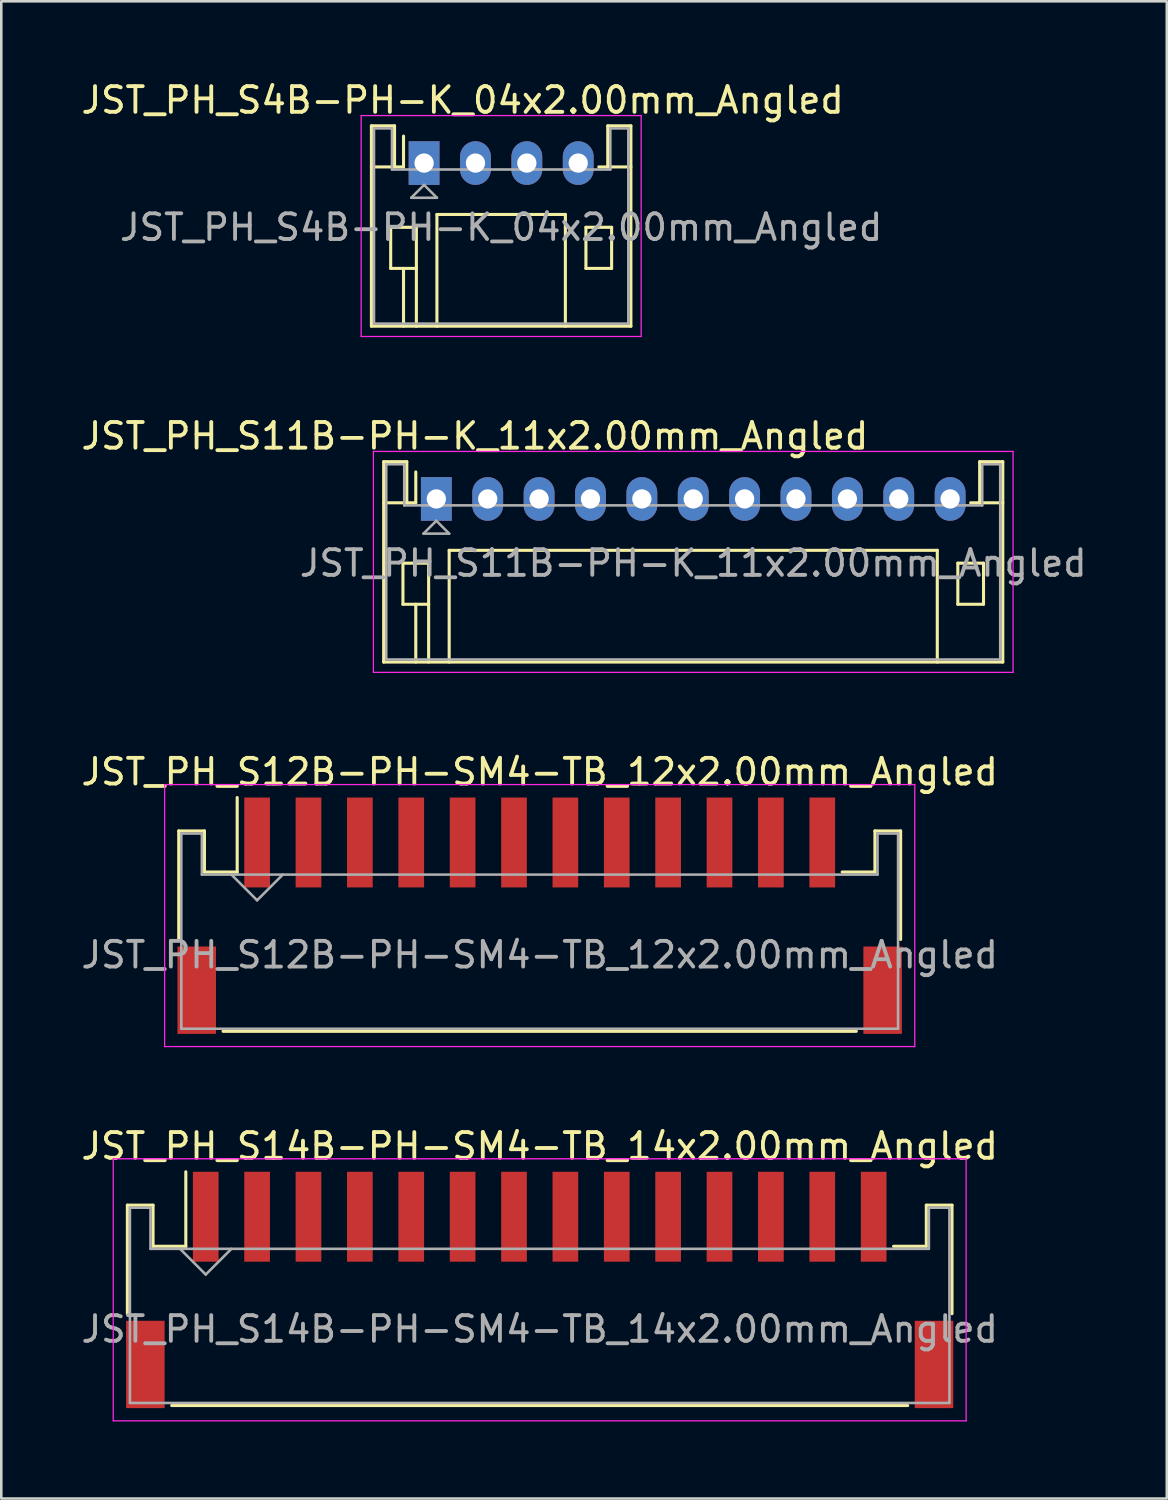
<source format=kicad_pcb>
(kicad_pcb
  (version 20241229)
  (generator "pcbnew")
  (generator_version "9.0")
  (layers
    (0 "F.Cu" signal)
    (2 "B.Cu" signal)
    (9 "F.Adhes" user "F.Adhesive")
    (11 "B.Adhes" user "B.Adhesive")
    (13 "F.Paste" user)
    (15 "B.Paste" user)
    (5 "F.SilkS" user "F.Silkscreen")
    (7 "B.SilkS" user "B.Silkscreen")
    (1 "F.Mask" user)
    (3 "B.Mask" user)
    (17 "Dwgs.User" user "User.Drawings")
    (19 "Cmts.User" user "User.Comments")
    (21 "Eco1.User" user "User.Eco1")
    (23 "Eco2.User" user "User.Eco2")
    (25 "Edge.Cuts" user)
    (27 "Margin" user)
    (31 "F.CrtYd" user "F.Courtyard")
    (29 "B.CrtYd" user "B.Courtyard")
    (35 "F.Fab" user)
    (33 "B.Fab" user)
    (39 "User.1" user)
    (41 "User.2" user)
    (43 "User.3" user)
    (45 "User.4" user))
  (footprint "JST_PH_S4B-PH-K_04x2.00mm_Angled"
    (layer "F.Cu")
    (at 13.458 3.298)
    (property "Reference" "JST_PH_S4B-PH-K_04x2.00mm_Angled" (at 1.5 -2.45 0) (layer "F.SilkS") (effects (font (size 1 1) (thickness 0.15))))
    (attr through_hole)
    (fp_line (start -2.05 -1.45) (end -2.05 6.35) (stroke (width 0.12) (type solid)) (layer "F.SilkS"))
    (fp_line (start -2.05 0.15) (end -1.15 0.15) (stroke (width 0.12) (type solid)) (layer "F.SilkS"))
    (fp_line (start -2.05 6.35) (end 8.05 6.35) (stroke (width 0.12) (type solid)) (layer "F.SilkS"))
    (fp_line (start -1.3 2.5) (end -1.3 4.1) (stroke (width 0.12) (type solid)) (layer "F.SilkS"))
    (fp_line (start -1.3 4.1) (end -0.3 4.1) (stroke (width 0.12) (type solid)) (layer "F.SilkS"))
    (fp_line (start -1.15 -1.45) (end -2.05 -1.45) (stroke (width 0.12) (type solid)) (layer "F.SilkS"))
    (fp_line (start -1.15 0.15) (end -1.15 -1.45) (stroke (width 0.12) (type solid)) (layer "F.SilkS"))
    (fp_line (start -0.8 0.15) (end -1.15 0.15) (stroke (width 0.12) (type solid)) (layer "F.SilkS"))
    (fp_line (start -0.8 0.15) (end -0.8 -1.05) (stroke (width 0.12) (type solid)) (layer "F.SilkS"))
    (fp_line (start -0.8 4.1) (end -0.8 6.35) (stroke (width 0.12) (type solid)) (layer "F.SilkS"))
    (fp_line (start -0.3 2.5) (end -1.3 2.5) (stroke (width 0.12) (type solid)) (layer "F.SilkS"))
    (fp_line (start -0.3 4.1) (end -0.3 2.5) (stroke (width 0.12) (type solid)) (layer "F.SilkS"))
    (fp_line (start -0.3 4.1) (end -0.3 6.35) (stroke (width 0.12) (type solid)) (layer "F.SilkS"))
    (fp_line (start 0.5 2) (end 5.5 2) (stroke (width 0.12) (type solid)) (layer "F.SilkS"))
    (fp_line (start 0.5 6.35) (end 0.5 2) (stroke (width 0.12) (type solid)) (layer "F.SilkS"))
    (fp_line (start 5.5 2) (end 5.5 6.35) (stroke (width 0.12) (type solid)) (layer "F.SilkS"))
    (fp_line (start 6.3 2.5) (end 7.3 2.5) (stroke (width 0.12) (type solid)) (layer "F.SilkS"))
    (fp_line (start 6.3 4.1) (end 6.3 2.5) (stroke (width 0.12) (type solid)) (layer "F.SilkS"))
    (fp_line (start 7.15 -1.45) (end 7.15 0.15) (stroke (width 0.12) (type solid)) (layer "F.SilkS"))
    (fp_line (start 7.15 0.15) (end 6.8 0.15) (stroke (width 0.12) (type solid)) (layer "F.SilkS"))
    (fp_line (start 7.3 2.5) (end 7.3 4.1) (stroke (width 0.12) (type solid)) (layer "F.SilkS"))
    (fp_line (start 7.3 4.1) (end 6.3 4.1) (stroke (width 0.12) (type solid)) (layer "F.SilkS"))
    (fp_line (start 8.05 -1.45) (end 7.15 -1.45) (stroke (width 0.12) (type solid)) (layer "F.SilkS"))
    (fp_line (start 8.05 0.15) (end 7.15 0.15) (stroke (width 0.12) (type solid)) (layer "F.SilkS"))
    (fp_line (start 8.05 6.35) (end 8.05 -1.45) (stroke (width 0.12) (type solid)) (layer "F.SilkS"))
    (fp_line (start -2.45 -1.85) (end -2.45 6.75) (stroke (width 0.05) (type solid)) (layer "F.CrtYd"))
    (fp_line (start -2.45 6.75) (end 8.45 6.75) (stroke (width 0.05) (type solid)) (layer "F.CrtYd"))
    (fp_line (start 8.45 -1.85) (end -2.45 -1.85) (stroke (width 0.05) (type solid)) (layer "F.CrtYd"))
    (fp_line (start 8.45 6.75) (end 8.45 -1.85) (stroke (width 0.05) (type solid)) (layer "F.CrtYd"))
    (fp_line (start -1.95 -1.35) (end -1.95 6.25) (stroke (width 0.1) (type solid)) (layer "F.Fab"))
    (fp_line (start -1.95 6.25) (end 7.95 6.25) (stroke (width 0.1) (type solid)) (layer "F.Fab"))
    (fp_line (start -1.25 -1.35) (end -1.95 -1.35) (stroke (width 0.1) (type solid)) (layer "F.Fab"))
    (fp_line (start -1.25 0.25) (end -1.25 -1.35) (stroke (width 0.1) (type solid)) (layer "F.Fab"))
    (fp_line (start -0.5 1.35) (end 0.5 1.35) (stroke (width 0.1) (type solid)) (layer "F.Fab"))
    (fp_line (start 0 0.85) (end -0.5 1.35) (stroke (width 0.1) (type solid)) (layer "F.Fab"))
    (fp_line (start 0.5 1.35) (end 0 0.85) (stroke (width 0.1) (type solid)) (layer "F.Fab"))
    (fp_line (start 7.25 -1.35) (end 7.25 0.25) (stroke (width 0.1) (type solid)) (layer "F.Fab"))
    (fp_line (start 7.25 0.25) (end -1.25 0.25) (stroke (width 0.1) (type solid)) (layer "F.Fab"))
    (fp_line (start 7.95 -1.35) (end 7.25 -1.35) (stroke (width 0.1) (type solid)) (layer "F.Fab"))
    (fp_line (start 7.95 6.25) (end 7.95 -1.35) (stroke (width 0.1) (type solid)) (layer "F.Fab"))
    (fp_text user "${REFERENCE}" (at 3 2.5 0) (layer "F.Fab") (effects (font (size 1 1) (thickness 0.15))))
    (pad "1" thru_hole rect (at 0 0) (size 1.2 1.7) (drill 0.75) (layers "*.Cu" "*.Mask"))
    (pad "2" thru_hole oval (at 2 0) (size 1.2 1.7) (drill 0.75) (layers "*.Cu" "*.Mask"))
    (pad "3" thru_hole oval (at 4 0) (size 1.2 1.7) (drill 0.75) (layers "*.Cu" "*.Mask"))
    (pad "4" thru_hole oval (at 6 0) (size 1.2 1.7) (drill 0.75) (layers "*.Cu" "*.Mask")))
  (footprint "JST_PH_S11B-PH-K_11x2.00mm_Angled"
    (layer "F.Cu")
    (at 13.935 16.372)
    (property "Reference" "JST_PH_S11B-PH-K_11x2.00mm_Angled" (at 1.5 -2.45 0) (layer "F.SilkS") (effects (font (size 1 1) (thickness 0.15))))
    (attr through_hole)
    (fp_line (start -2.05 -1.45) (end -2.05 6.35) (stroke (width 0.12) (type solid)) (layer "F.SilkS"))
    (fp_line (start -2.05 0.15) (end -1.15 0.15) (stroke (width 0.12) (type solid)) (layer "F.SilkS"))
    (fp_line (start -2.05 6.35) (end 22.05 6.35) (stroke (width 0.12) (type solid)) (layer "F.SilkS"))
    (fp_line (start -1.3 2.5) (end -1.3 4.1) (stroke (width 0.12) (type solid)) (layer "F.SilkS"))
    (fp_line (start -1.3 4.1) (end -0.3 4.1) (stroke (width 0.12) (type solid)) (layer "F.SilkS"))
    (fp_line (start -1.15 -1.45) (end -2.05 -1.45) (stroke (width 0.12) (type solid)) (layer "F.SilkS"))
    (fp_line (start -1.15 0.15) (end -1.15 -1.45) (stroke (width 0.12) (type solid)) (layer "F.SilkS"))
    (fp_line (start -0.8 0.15) (end -1.15 0.15) (stroke (width 0.12) (type solid)) (layer "F.SilkS"))
    (fp_line (start -0.8 0.15) (end -0.8 -1.05) (stroke (width 0.12) (type solid)) (layer "F.SilkS"))
    (fp_line (start -0.8 4.1) (end -0.8 6.35) (stroke (width 0.12) (type solid)) (layer "F.SilkS"))
    (fp_line (start -0.3 2.5) (end -1.3 2.5) (stroke (width 0.12) (type solid)) (layer "F.SilkS"))
    (fp_line (start -0.3 4.1) (end -0.3 2.5) (stroke (width 0.12) (type solid)) (layer "F.SilkS"))
    (fp_line (start -0.3 4.1) (end -0.3 6.35) (stroke (width 0.12) (type solid)) (layer "F.SilkS"))
    (fp_line (start 0.5 2) (end 19.5 2) (stroke (width 0.12) (type solid)) (layer "F.SilkS"))
    (fp_line (start 0.5 6.35) (end 0.5 2) (stroke (width 0.12) (type solid)) (layer "F.SilkS"))
    (fp_line (start 19.5 2) (end 19.5 6.35) (stroke (width 0.12) (type solid)) (layer "F.SilkS"))
    (fp_line (start 20.3 2.5) (end 21.3 2.5) (stroke (width 0.12) (type solid)) (layer "F.SilkS"))
    (fp_line (start 20.3 4.1) (end 20.3 2.5) (stroke (width 0.12) (type solid)) (layer "F.SilkS"))
    (fp_line (start 21.15 -1.45) (end 21.15 0.15) (stroke (width 0.12) (type solid)) (layer "F.SilkS"))
    (fp_line (start 21.15 0.15) (end 20.8 0.15) (stroke (width 0.12) (type solid)) (layer "F.SilkS"))
    (fp_line (start 21.3 2.5) (end 21.3 4.1) (stroke (width 0.12) (type solid)) (layer "F.SilkS"))
    (fp_line (start 21.3 4.1) (end 20.3 4.1) (stroke (width 0.12) (type solid)) (layer "F.SilkS"))
    (fp_line (start 22.05 -1.45) (end 21.15 -1.45) (stroke (width 0.12) (type solid)) (layer "F.SilkS"))
    (fp_line (start 22.05 0.15) (end 21.15 0.15) (stroke (width 0.12) (type solid)) (layer "F.SilkS"))
    (fp_line (start 22.05 6.35) (end 22.05 -1.45) (stroke (width 0.12) (type solid)) (layer "F.SilkS"))
    (fp_line (start -2.45 -1.85) (end -2.45 6.75) (stroke (width 0.05) (type solid)) (layer "F.CrtYd"))
    (fp_line (start -2.45 6.75) (end 22.45 6.75) (stroke (width 0.05) (type solid)) (layer "F.CrtYd"))
    (fp_line (start 22.45 -1.85) (end -2.45 -1.85) (stroke (width 0.05) (type solid)) (layer "F.CrtYd"))
    (fp_line (start 22.45 6.75) (end 22.45 -1.85) (stroke (width 0.05) (type solid)) (layer "F.CrtYd"))
    (fp_line (start -1.95 -1.35) (end -1.95 6.25) (stroke (width 0.1) (type solid)) (layer "F.Fab"))
    (fp_line (start -1.95 6.25) (end 21.95 6.25) (stroke (width 0.1) (type solid)) (layer "F.Fab"))
    (fp_line (start -1.25 -1.35) (end -1.95 -1.35) (stroke (width 0.1) (type solid)) (layer "F.Fab"))
    (fp_line (start -1.25 0.25) (end -1.25 -1.35) (stroke (width 0.1) (type solid)) (layer "F.Fab"))
    (fp_line (start -0.5 1.35) (end 0.5 1.35) (stroke (width 0.1) (type solid)) (layer "F.Fab"))
    (fp_line (start 0 0.85) (end -0.5 1.35) (stroke (width 0.1) (type solid)) (layer "F.Fab"))
    (fp_line (start 0.5 1.35) (end 0 0.85) (stroke (width 0.1) (type solid)) (layer "F.Fab"))
    (fp_line (start 21.25 -1.35) (end 21.25 0.25) (stroke (width 0.1) (type solid)) (layer "F.Fab"))
    (fp_line (start 21.25 0.25) (end -1.25 0.25) (stroke (width 0.1) (type solid)) (layer "F.Fab"))
    (fp_line (start 21.95 -1.35) (end 21.25 -1.35) (stroke (width 0.1) (type solid)) (layer "F.Fab"))
    (fp_line (start 21.95 6.25) (end 21.95 -1.35) (stroke (width 0.1) (type solid)) (layer "F.Fab"))
    (fp_text user "${REFERENCE}" (at 10 2.5 0) (layer "F.Fab") (effects (font (size 1 1) (thickness 0.15))))
    (pad "1" thru_hole rect (at 0 0) (size 1.2 1.7) (drill 0.75) (layers "*.Cu" "*.Mask"))
    (pad "2" thru_hole oval (at 2 0) (size 1.2 1.7) (drill 0.75) (layers "*.Cu" "*.Mask"))
    (pad "3" thru_hole oval (at 4 0) (size 1.2 1.7) (drill 0.75) (layers "*.Cu" "*.Mask"))
    (pad "4" thru_hole oval (at 6 0) (size 1.2 1.7) (drill 0.75) (layers "*.Cu" "*.Mask"))
    (pad "5" thru_hole oval (at 8 0) (size 1.2 1.7) (drill 0.75) (layers "*.Cu" "*.Mask"))
    (pad "6" thru_hole oval (at 10 0) (size 1.2 1.7) (drill 0.75) (layers "*.Cu" "*.Mask"))
    (pad "7" thru_hole oval (at 12 0) (size 1.2 1.7) (drill 0.75) (layers "*.Cu" "*.Mask"))
    (pad "8" thru_hole oval (at 14 0) (size 1.2 1.7) (drill 0.75) (layers "*.Cu" "*.Mask"))
    (pad "9" thru_hole oval (at 16 0) (size 1.2 1.7) (drill 0.75) (layers "*.Cu" "*.Mask"))
    (pad "10" thru_hole oval (at 18 0) (size 1.2 1.7) (drill 0.75) (layers "*.Cu" "*.Mask"))
    (pad "11" thru_hole oval (at 20 0) (size 1.2 1.7) (drill 0.75) (layers "*.Cu" "*.Mask")))
  (footprint "JST_PH_S14B-PH-SM4-TB_14x2.00mm_Angled"
    (layer "F.Cu")
    (at 17.958 47.188)
    (property "Reference" "JST_PH_S14B-PH-SM4-TB_14x2.00mm_Angled" (at 0 -5.625 0) (layer "F.SilkS") (effects (font (size 1 1) (thickness 0.15))))
    (attr smd)
    (fp_line (start -16.05 -3.325) (end -16.05 0.9) (stroke (width 0.12) (type solid)) (layer "F.SilkS"))
    (fp_line (start -15.05 -3.325) (end -16.05 -3.325) (stroke (width 0.12) (type solid)) (layer "F.SilkS"))
    (fp_line (start -15.05 -1.725) (end -15.05 -3.325) (stroke (width 0.12) (type solid)) (layer "F.SilkS"))
    (fp_line (start -14.325 4.475) (end 14.325 4.475) (stroke (width 0.12) (type solid)) (layer "F.SilkS"))
    (fp_line (start -13.775 -1.725) (end -15.05 -1.725) (stroke (width 0.12) (type solid)) (layer "F.SilkS"))
    (fp_line (start -13.775 -1.725) (end -13.775 -4.625) (stroke (width 0.12) (type solid)) (layer "F.SilkS"))
    (fp_line (start 15.05 -3.325) (end 15.05 -1.725) (stroke (width 0.12) (type solid)) (layer "F.SilkS"))
    (fp_line (start 15.05 -1.725) (end 13.775 -1.725) (stroke (width 0.12) (type solid)) (layer "F.SilkS"))
    (fp_line (start 16.05 -3.325) (end 15.05 -3.325) (stroke (width 0.12) (type solid)) (layer "F.SilkS"))
    (fp_line (start 16.05 0.9) (end 16.05 -3.325) (stroke (width 0.12) (type solid)) (layer "F.SilkS"))
    (fp_line (start -16.6 -5.13) (end -16.6 5.07) (stroke (width 0.05) (type solid)) (layer "F.CrtYd"))
    (fp_line (start -16.6 5.07) (end 16.6 5.07) (stroke (width 0.05) (type solid)) (layer "F.CrtYd"))
    (fp_line (start 16.6 -5.13) (end -16.6 -5.13) (stroke (width 0.05) (type solid)) (layer "F.CrtYd"))
    (fp_line (start 16.6 5.07) (end 16.6 -5.13) (stroke (width 0.05) (type solid)) (layer "F.CrtYd"))
    (fp_line (start -15.95 -3.225) (end -15.95 4.375) (stroke (width 0.1) (type solid)) (layer "F.Fab"))
    (fp_line (start -15.95 4.375) (end 15.95 4.375) (stroke (width 0.1) (type solid)) (layer "F.Fab"))
    (fp_line (start -15.15 -3.225) (end -15.95 -3.225) (stroke (width 0.1) (type solid)) (layer "F.Fab"))
    (fp_line (start -15.15 -1.625) (end -15.15 -3.225) (stroke (width 0.1) (type solid)) (layer "F.Fab"))
    (fp_line (start -14 -1.625) (end -13 -0.625) (stroke (width 0.1) (type solid)) (layer "F.Fab"))
    (fp_line (start -13 -0.625) (end -12 -1.625) (stroke (width 0.1) (type solid)) (layer "F.Fab"))
    (fp_line (start 15.15 -3.225) (end 15.15 -1.625) (stroke (width 0.1) (type solid)) (layer "F.Fab"))
    (fp_line (start 15.15 -1.625) (end -15.15 -1.625) (stroke (width 0.1) (type solid)) (layer "F.Fab"))
    (fp_line (start 15.95 -3.225) (end 15.15 -3.225) (stroke (width 0.1) (type solid)) (layer "F.Fab"))
    (fp_line (start 15.95 4.375) (end 15.95 -3.225) (stroke (width 0.1) (type solid)) (layer "F.Fab"))
    (fp_text user "${REFERENCE}" (at 0 1.5 0) (layer "F.Fab") (effects (font (size 1 1) (thickness 0.15))))
    (pad "" smd rect (at -15.35 2.875) (size 1.5 3.4) (layers "F.Cu" "F.Mask" "F.Paste"))
    (pad "" smd rect (at 15.35 2.875) (size 1.5 3.4) (layers "F.Cu" "F.Mask" "F.Paste"))
    (pad "1" smd rect (at -13 -2.875) (size 1 3.5) (layers "F.Cu" "F.Mask" "F.Paste"))
    (pad "2" smd rect (at -11 -2.875) (size 1 3.5) (layers "F.Cu" "F.Mask" "F.Paste"))
    (pad "3" smd rect (at -9 -2.875) (size 1 3.5) (layers "F.Cu" "F.Mask" "F.Paste"))
    (pad "4" smd rect (at -7 -2.875) (size 1 3.5) (layers "F.Cu" "F.Mask" "F.Paste"))
    (pad "5" smd rect (at -5 -2.875) (size 1 3.5) (layers "F.Cu" "F.Mask" "F.Paste"))
    (pad "6" smd rect (at -3 -2.875) (size 1 3.5) (layers "F.Cu" "F.Mask" "F.Paste"))
    (pad "7" smd rect (at -1 -2.875) (size 1 3.5) (layers "F.Cu" "F.Mask" "F.Paste"))
    (pad "8" smd rect (at 1 -2.875) (size 1 3.5) (layers "F.Cu" "F.Mask" "F.Paste"))
    (pad "9" smd rect (at 3 -2.875) (size 1 3.5) (layers "F.Cu" "F.Mask" "F.Paste"))
    (pad "10" smd rect (at 5 -2.875) (size 1 3.5) (layers "F.Cu" "F.Mask" "F.Paste"))
    (pad "11" smd rect (at 7 -2.875) (size 1 3.5) (layers "F.Cu" "F.Mask" "F.Paste"))
    (pad "12" smd rect (at 9 -2.875) (size 1 3.5) (layers "F.Cu" "F.Mask" "F.Paste"))
    (pad "13" smd rect (at 11 -2.875) (size 1 3.5) (layers "F.Cu" "F.Mask" "F.Paste"))
    (pad "14" smd rect (at 13 -2.875) (size 1 3.5) (layers "F.Cu" "F.Mask" "F.Paste")))
  (footprint "JST_PH_S12B-PH-SM4-TB_12x2.00mm_Angled"
    (layer "F.Cu")
    (at 17.958 32.62)
    (property "Reference" "JST_PH_S12B-PH-SM4-TB_12x2.00mm_Angled" (at 0 -5.625 0) (layer "F.SilkS") (effects (font (size 1 1) (thickness 0.15))))
    (attr smd)
    (fp_line (start -14.05 -3.325) (end -14.05 0.9) (stroke (width 0.12) (type solid)) (layer "F.SilkS"))
    (fp_line (start -13.05 -3.325) (end -14.05 -3.325) (stroke (width 0.12) (type solid)) (layer "F.SilkS"))
    (fp_line (start -13.05 -1.725) (end -13.05 -3.325) (stroke (width 0.12) (type solid)) (layer "F.SilkS"))
    (fp_line (start -12.325 4.475) (end 12.325 4.475) (stroke (width 0.12) (type solid)) (layer "F.SilkS"))
    (fp_line (start -11.775 -1.725) (end -13.05 -1.725) (stroke (width 0.12) (type solid)) (layer "F.SilkS"))
    (fp_line (start -11.775 -1.725) (end -11.775 -4.625) (stroke (width 0.12) (type solid)) (layer "F.SilkS"))
    (fp_line (start 13.05 -3.325) (end 13.05 -1.725) (stroke (width 0.12) (type solid)) (layer "F.SilkS"))
    (fp_line (start 13.05 -1.725) (end 11.775 -1.725) (stroke (width 0.12) (type solid)) (layer "F.SilkS"))
    (fp_line (start 14.05 -3.325) (end 13.05 -3.325) (stroke (width 0.12) (type solid)) (layer "F.SilkS"))
    (fp_line (start 14.05 0.9) (end 14.05 -3.325) (stroke (width 0.12) (type solid)) (layer "F.SilkS"))
    (fp_line (start -14.6 -5.13) (end -14.6 5.07) (stroke (width 0.05) (type solid)) (layer "F.CrtYd"))
    (fp_line (start -14.6 5.07) (end 14.6 5.07) (stroke (width 0.05) (type solid)) (layer "F.CrtYd"))
    (fp_line (start 14.6 -5.13) (end -14.6 -5.13) (stroke (width 0.05) (type solid)) (layer "F.CrtYd"))
    (fp_line (start 14.6 5.07) (end 14.6 -5.13) (stroke (width 0.05) (type solid)) (layer "F.CrtYd"))
    (fp_line (start -13.95 -3.225) (end -13.95 4.375) (stroke (width 0.1) (type solid)) (layer "F.Fab"))
    (fp_line (start -13.95 4.375) (end 13.95 4.375) (stroke (width 0.1) (type solid)) (layer "F.Fab"))
    (fp_line (start -13.15 -3.225) (end -13.95 -3.225) (stroke (width 0.1) (type solid)) (layer "F.Fab"))
    (fp_line (start -13.15 -1.625) (end -13.15 -3.225) (stroke (width 0.1) (type solid)) (layer "F.Fab"))
    (fp_line (start -12 -1.625) (end -11 -0.625) (stroke (width 0.1) (type solid)) (layer "F.Fab"))
    (fp_line (start -11 -0.625) (end -10 -1.625) (stroke (width 0.1) (type solid)) (layer "F.Fab"))
    (fp_line (start 13.15 -3.225) (end 13.15 -1.625) (stroke (width 0.1) (type solid)) (layer "F.Fab"))
    (fp_line (start 13.15 -1.625) (end -13.15 -1.625) (stroke (width 0.1) (type solid)) (layer "F.Fab"))
    (fp_line (start 13.95 -3.225) (end 13.15 -3.225) (stroke (width 0.1) (type solid)) (layer "F.Fab"))
    (fp_line (start 13.95 4.375) (end 13.95 -3.225) (stroke (width 0.1) (type solid)) (layer "F.Fab"))
    (fp_text user "${REFERENCE}" (at 0 1.5 0) (layer "F.Fab") (effects (font (size 1 1) (thickness 0.15))))
    (pad "" smd rect (at -13.35 2.875) (size 1.5 3.4) (layers "F.Cu" "F.Mask" "F.Paste"))
    (pad "" smd rect (at 13.35 2.875) (size 1.5 3.4) (layers "F.Cu" "F.Mask" "F.Paste"))
    (pad "1" smd rect (at -11 -2.875) (size 1 3.5) (layers "F.Cu" "F.Mask" "F.Paste"))
    (pad "2" smd rect (at -9 -2.875) (size 1 3.5) (layers "F.Cu" "F.Mask" "F.Paste"))
    (pad "3" smd rect (at -7 -2.875) (size 1 3.5) (layers "F.Cu" "F.Mask" "F.Paste"))
    (pad "4" smd rect (at -5 -2.875) (size 1 3.5) (layers "F.Cu" "F.Mask" "F.Paste"))
    (pad "5" smd rect (at -3 -2.875) (size 1 3.5) (layers "F.Cu" "F.Mask" "F.Paste"))
    (pad "6" smd rect (at -1 -2.875) (size 1 3.5) (layers "F.Cu" "F.Mask" "F.Paste"))
    (pad "7" smd rect (at 1 -2.875) (size 1 3.5) (layers "F.Cu" "F.Mask" "F.Paste"))
    (pad "8" smd rect (at 3 -2.875) (size 1 3.5) (layers "F.Cu" "F.Mask" "F.Paste"))
    (pad "9" smd rect (at 5 -2.875) (size 1 3.5) (layers "F.Cu" "F.Mask" "F.Paste"))
    (pad "10" smd rect (at 7 -2.875) (size 1 3.5) (layers "F.Cu" "F.Mask" "F.Paste"))
    (pad "11" smd rect (at 9 -2.875) (size 1 3.5) (layers "F.Cu" "F.Mask" "F.Paste"))
    (pad "12" smd rect (at 11 -2.875) (size 1 3.5) (layers "F.Cu" "F.Mask" "F.Paste")))
  (gr_rect
    (start -3 -3)
    (end 42.369 55.283)
    (stroke (width 0.1) (type default))
    (fill no)
    (layer "Edge.Cuts")))
</source>
